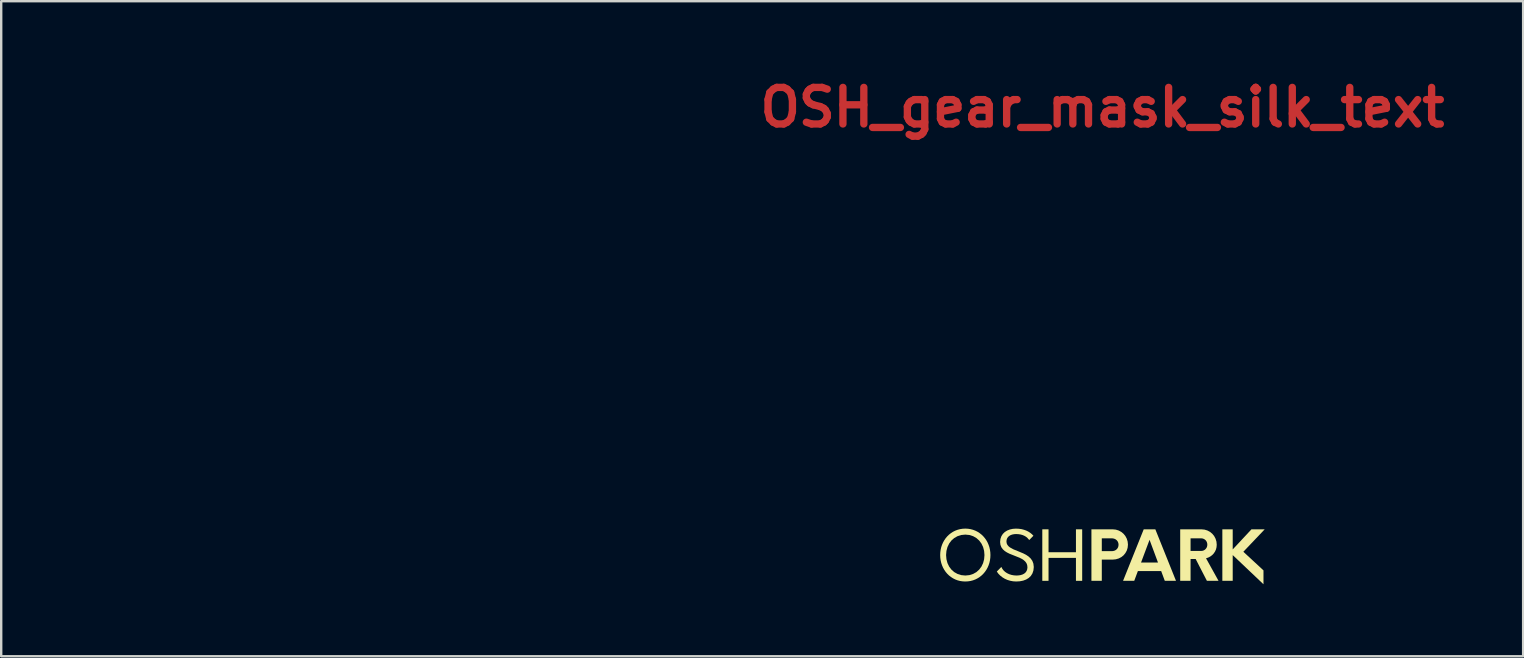
<source format=kicad_pcb>
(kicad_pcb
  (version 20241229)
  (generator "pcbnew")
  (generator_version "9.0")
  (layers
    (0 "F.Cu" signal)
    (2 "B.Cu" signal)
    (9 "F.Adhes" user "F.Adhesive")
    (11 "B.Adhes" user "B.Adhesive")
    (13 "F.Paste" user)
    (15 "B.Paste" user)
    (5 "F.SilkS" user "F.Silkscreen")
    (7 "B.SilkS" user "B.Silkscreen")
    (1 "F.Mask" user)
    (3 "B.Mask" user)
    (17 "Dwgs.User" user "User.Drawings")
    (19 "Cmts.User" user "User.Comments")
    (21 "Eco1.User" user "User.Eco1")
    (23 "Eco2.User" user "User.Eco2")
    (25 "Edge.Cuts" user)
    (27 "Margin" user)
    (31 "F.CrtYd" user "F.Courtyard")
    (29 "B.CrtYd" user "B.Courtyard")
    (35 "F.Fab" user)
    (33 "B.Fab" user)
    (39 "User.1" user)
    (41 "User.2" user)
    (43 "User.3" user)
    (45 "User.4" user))
  (footprint "OSH_gear_mask_silk_text"
    (layer "F.Cu")
    (at 42.885 12.884)
    (property "Reference" "OSH_gear_mask_silk_text" (at 0 -11.458 0) (layer "F.Cu") (effects (font (size 1.524 1.524) (thickness 0.305))))
    (attr smd)
    (fp_poly (pts (xy 0.001 -8.41) (xy 0.00043 -3.623) (xy 0.213 -3.612) (xy 0.42 -3.581) (xy 0.619 -3.53) (xy 0.81 -3.46) (xy 0.992 -3.372) (xy 1.164 -3.268) (xy 1.324 -3.148) (xy 1.472 -3.014) (xy 1.606 -2.866) (xy 1.726 -2.706) (xy 1.83 -2.534) (xy 1.918 -2.352) (xy 1.988 -2.161) (xy 2.039 -1.962) (xy 2.07 -1.755) (xy 2.081 -1.542) (xy 2.07 -1.329) (xy 2.039 -1.123) (xy 1.988 -0.923) (xy 1.918 -0.732) (xy 1.83 -0.55) (xy 1.726 -0.378) (xy 1.606 -0.218) (xy 1.472 -0.07) (xy 1.324 0.064) (xy 1.164 0.184) (xy 0.992 0.288) (xy 0.81 0.376) (xy 0.619 0.446) (xy 0.42 0.497) (xy 0.213 0.529) (xy 0.00043 0.539) (xy -0.212 0.529) (xy -0.419 0.497) (xy -0.618 0.446) (xy -0.81 0.376) (xy -0.991 0.288) (xy -1.163 0.184) (xy -1.323 0.064) (xy -1.471 -0.07) (xy -1.605 -0.218) (xy -1.725 -0.378) (xy -1.829 -0.55) (xy -1.917 -0.732) (xy -1.987 -0.923) (xy -2.038 -1.123) (xy -2.07 -1.329) (xy -2.08 -1.542) (xy -2.07 -1.755) (xy -2.038 -1.962) (xy -1.987 -2.161) (xy -1.917 -2.352) (xy -1.829 -2.534) (xy -1.725 -2.706) (xy -1.605 -2.866) (xy -1.471 -3.014) (xy -1.323 -3.148) (xy -1.163 -3.268) (xy -0.991 -3.372) (xy -0.81 -3.46) (xy -0.618 -3.53) (xy -0.419 -3.581) (xy -0.212 -3.612) (xy 0.00043 -3.623) (xy 0.001 -8.41) (xy -0.141 -8.394) (xy -0.267 -8.349) (xy -0.378 -8.28) (xy -0.474 -8.188) (xy -0.556 -8.079) (xy -0.625 -7.956) (xy -0.682 -7.822) (xy -0.728 -7.682) (xy -1.049 -6.463) (xy -1.303 -6.403) (xy -1.553 -6.331) (xy -2.438 -7.224) (xy -2.554 -7.326) (xy -2.673 -7.414) (xy -2.795 -7.487) (xy -2.92 -7.54) (xy -3.046 -7.57) (xy -3.174 -7.574) (xy -3.303 -7.548) (xy -3.434 -7.49) (xy -3.549 -7.405) (xy -3.636 -7.303) (xy -3.697 -7.188) (xy -3.734 -7.061) (xy -3.751 -6.925) (xy -3.749 -6.784) (xy -3.731 -6.639) (xy -3.7 -6.495) (xy -3.369 -5.282) (xy -3.559 -5.102) (xy -3.739 -4.913) (xy -4.952 -5.243) (xy -5.103 -5.273) (xy -5.251 -5.291) (xy -5.393 -5.293) (xy -5.527 -5.277) (xy -5.651 -5.239) (xy -5.764 -5.179) (xy -5.863 -5.092) (xy -5.947 -4.977) (xy -6.005 -4.845) (xy -6.029 -4.714) (xy -6.024 -4.583) (xy -5.993 -4.454) (xy -5.939 -4.329) (xy -5.867 -4.207) (xy -5.78 -4.091) (xy -5.68 -3.981) (xy -4.788 -3.097) (xy -4.862 -2.847) (xy -4.924 -2.591) (xy -6.139 -2.271) (xy -6.286 -2.222) (xy -6.422 -2.163) (xy -6.546 -2.094) (xy -6.654 -2.013) (xy -6.743 -1.918) (xy -6.81 -1.809) (xy -6.852 -1.685) (xy -6.867 -1.543) (xy -6.852 -1.401) (xy -6.807 -1.275) (xy -6.737 -1.164) (xy -6.646 -1.068) (xy -6.537 -0.986) (xy -6.413 -0.917) (xy -6.28 -0.86) (xy -6.139 -0.814) (xy -4.924 -0.494) (xy -4.862 -0.239) (xy -4.788 0.011) (xy -5.68 0.896) (xy -5.783 1.012) (xy -5.872 1.131) (xy -5.944 1.253) (xy -5.997 1.377) (xy -6.027 1.503) (xy -6.031 1.631) (xy -6.006 1.761) (xy -5.947 1.891) (xy -5.863 2.007) (xy -5.761 2.093) (xy -5.645 2.154) (xy -5.518 2.192) (xy -5.382 2.208) (xy -5.241 2.206) (xy -5.096 2.188) (xy -4.952 2.158) (xy -3.739 1.826) (xy -3.559 2.016) (xy -3.369 2.196) (xy -3.7 3.409) (xy -3.731 3.561) (xy -3.749 3.708) (xy -3.751 3.85) (xy -3.734 3.984) (xy -3.697 4.109) (xy -3.636 4.221) (xy -3.55 4.32) (xy -3.434 4.404) (xy -3.303 4.462) (xy -3.171 4.486) (xy -3.041 4.481) (xy -2.912 4.45) (xy -2.786 4.397) (xy -2.665 4.324) (xy -2.549 4.237) (xy -2.439 4.138) (xy -1.554 3.245) (xy -1.304 3.319) (xy -1.049 3.381) (xy -0.729 4.596) (xy -0.679 4.742) (xy -0.621 4.879) (xy -0.551 5.002) (xy -0.47 5.11) (xy -0.376 5.199) (xy -0.267 5.266) (xy -0.142 5.309) (xy 0.0001 5.324) (xy 0.142 5.308) (xy 0.268 5.263) (xy 0.379 5.194) (xy 0.474 5.103) (xy 0.557 4.993) (xy 0.626 4.87) (xy 0.683 4.737) (xy 0.728 4.596) (xy 1.048 3.381) (xy 1.303 3.319) (xy 1.554 3.245) (xy 2.439 4.138) (xy 2.554 4.24) (xy 2.673 4.329) (xy 2.795 4.402) (xy 2.92 4.455) (xy 3.046 4.485) (xy 3.174 4.489) (xy 3.303 4.463) (xy 3.434 4.405) (xy 3.549 4.32) (xy 3.636 4.218) (xy 3.697 4.103) (xy 3.734 3.976) (xy 3.751 3.84) (xy 3.749 3.699) (xy 3.731 3.554) (xy 3.701 3.41) (xy 3.369 2.197) (xy 3.559 2.016) (xy 3.738 1.827) (xy 4.952 2.158) (xy 5.103 2.189) (xy 5.251 2.206) (xy 5.393 2.208) (xy 5.527 2.191) (xy 5.651 2.154) (xy 5.764 2.093) (xy 5.863 2.007) (xy 5.947 1.891) (xy 6.005 1.76) (xy 6.029 1.628) (xy 6.024 1.498) (xy 5.993 1.369) (xy 5.939 1.244) (xy 5.867 1.122) (xy 5.779 1.006) (xy 5.68 0.896) (xy 4.788 0.011) (xy 4.862 -0.239) (xy 4.923 -0.494) (xy 6.139 -0.814) (xy 6.285 -0.863) (xy 6.422 -0.922) (xy 6.546 -0.991) (xy 6.653 -1.073) (xy 6.743 -1.167) (xy 6.81 -1.276) (xy 6.852 -1.401) (xy 6.867 -1.543) (xy 6.852 -1.685) (xy 6.808 -1.81) (xy 6.738 -1.921) (xy 6.647 -2.017) (xy 6.538 -2.099) (xy 6.415 -2.168) (xy 6.281 -2.225) (xy 6.14 -2.27) (xy 4.925 -2.59) (xy 4.864 -2.846) (xy 4.789 -3.096) (xy 5.682 -3.981) (xy 5.784 -4.097) (xy 5.873 -4.216) (xy 5.945 -4.337) (xy 5.998 -4.462) (xy 6.028 -4.588) (xy 6.032 -4.716) (xy 6.007 -4.846) (xy 5.948 -4.976) (xy 5.864 -5.091) (xy 5.762 -5.178) (xy 5.646 -5.239) (xy 5.519 -5.276) (xy 5.384 -5.293) (xy 5.242 -5.291) (xy 5.098 -5.273) (xy 4.953 -5.242) (xy 3.74 -4.912) (xy 3.56 -5.101) (xy 3.371 -5.281) (xy 3.702 -6.494) (xy 3.733 -6.645) (xy 3.75 -6.793) (xy 3.752 -6.935) (xy 3.736 -7.069) (xy 3.698 -7.193) (xy 3.638 -7.306) (xy 3.551 -7.406) (xy 3.435 -7.49) (xy 3.304 -7.547) (xy 3.173 -7.571) (xy 3.042 -7.566) (xy 2.913 -7.535) (xy 2.788 -7.481) (xy 2.666 -7.409) (xy 2.55 -7.322) (xy 2.44 -7.223) (xy 1.555 -6.33) (xy 1.306 -6.403) (xy 1.051 -6.462) (xy 0.73 -7.681) (xy 0.681 -7.828) (xy 0.622 -7.965) (xy 0.552 -8.088) (xy 0.471 -8.196) (xy 0.377 -8.285) (xy 0.268 -8.353) (xy 0.143 -8.395) (xy 0.001 -8.41) (xy 0.001 -8.41)) (stroke (width 0.074) (type solid)) (fill yes) (layer "F.Mask"))
    (fp_poly (pts (xy 6.761 6.121) (xy 6.209 6.121) (xy 5.428 6.959) (xy 5.428 6.121) (xy 4.996 6.121) (xy 4.996 8.267) (xy 5.428 8.267) (xy 5.428 7.194) (xy 6.71 8.41) (xy 6.71 7.832) (xy 5.871 7.056) (xy 6.761 6.121)) (stroke (width 0) (type solid)) (fill yes) (layer "F.SilkS"))
    (fp_poly (pts (xy -1.104 6.121) (xy -1.104 7.076) (xy -2.246 7.076) (xy -2.246 6.121) (xy -2.506 6.121) (xy -2.506 8.267) (xy -2.246 8.267) (xy -2.246 7.311) (xy -1.104 7.311) (xy -1.104 8.267) (xy -0.844 8.267) (xy -0.844 6.121) (xy -1.104 6.121)) (stroke (width 0) (type solid)) (fill yes) (layer "F.SilkS"))
    (fp_poly (pts (xy 2.598 8.267) (xy 1.963 6.558) (xy 2.315 7.506) (xy 1.608 7.506) (xy 1.963 6.558) (xy 2.598 8.267) (xy 3.065 8.267) (xy 2.204 6.121) (xy 1.72 6.121) (xy 0.859 8.267) (xy 1.325 8.267) (xy 1.477 7.86) (xy 2.447 7.86) (xy 2.598 8.267)) (stroke (width 0) (type solid)) (fill yes) (layer "F.SilkS"))
    (fp_poly (pts (xy 0.428 6.121) (xy -0.027 6.496) (xy 0.388 6.496) (xy 0.445 6.501) (xy 0.499 6.515) (xy 0.547 6.538) (xy 0.589 6.57) (xy 0.623 6.608) (xy 0.649 6.654) (xy 0.665 6.705) (xy 0.671 6.762) (xy 0.665 6.82) (xy 0.649 6.873) (xy 0.623 6.919) (xy 0.589 6.957) (xy 0.547 6.989) (xy 0.499 7.012) (xy 0.445 7.026) (xy 0.388 7.031) (xy 0.388 7.031) (xy -0.027 7.031) (xy -0.027 6.496) (xy 0.428 6.121) (xy -0.459 6.121) (xy -0.459 8.267) (xy -0.027 8.267) (xy -0.027 7.383) (xy 0.428 7.383) (xy 0.558 7.37) (xy 0.678 7.335) (xy 0.786 7.279) (xy 0.88 7.204) (xy 0.956 7.112) (xy 1.014 7.006) (xy 1.05 6.888) (xy 1.063 6.759) (xy 1.05 6.63) (xy 1.014 6.511) (xy 0.956 6.402) (xy 0.88 6.308) (xy 0.786 6.23) (xy 0.678 6.171) (xy 0.558 6.134) (xy 0.428 6.121) (xy 0.428 6.121)) (stroke (width 0) (type solid)) (fill yes) (layer "F.SilkS"))
    (fp_poly (pts (xy 4.317 7.328) (xy 4.11 7.022) (xy 3.672 7.022) (xy 3.672 6.496) (xy 4.11 6.496) (xy 4.163 6.501) (xy 4.212 6.516) (xy 4.257 6.54) (xy 4.295 6.571) (xy 4.327 6.61) (xy 4.35 6.655) (xy 4.365 6.705) (xy 4.37 6.759) (xy 4.365 6.813) (xy 4.351 6.863) (xy 4.327 6.907) (xy 4.296 6.946) (xy 4.258 6.978) (xy 4.214 7.002) (xy 4.164 7.017) (xy 4.11 7.022) (xy 4.11 7.022) (xy 4.317 7.328) (xy 4.41 7.297) (xy 4.496 7.252) (xy 4.572 7.195) (xy 4.637 7.127) (xy 4.69 7.048) (xy 4.73 6.961) (xy 4.754 6.865) (xy 4.762 6.762) (xy 4.75 6.632) (xy 4.713 6.511) (xy 4.655 6.402) (xy 4.578 6.307) (xy 4.484 6.229) (xy 4.376 6.171) (xy 4.256 6.134) (xy 4.127 6.121) (xy 3.24 6.121) (xy 3.24 8.267) (xy 3.672 8.267) (xy 3.672 7.357) (xy 3.884 7.357) (xy 4.353 8.267) (xy 4.837 8.267) (xy 4.316 7.328) (xy 4.317 7.328)) (stroke (width 0) (type solid)) (fill yes) (layer "F.SilkS"))
    (fp_poly (pts (xy -3.591 8.295) (xy -3.442 8.286) (xy -3.304 8.259) (xy -3.18 8.213) (xy -3.072 8.148) (xy -2.984 8.064) (xy -2.918 7.96) (xy -2.876 7.836) (xy -2.861 7.692) (xy -2.877 7.552) (xy -2.921 7.435) (xy -2.99 7.337) (xy -3.078 7.254) (xy -3.18 7.185) (xy -3.292 7.127) (xy -3.528 7.028) (xy -3.707 6.956) (xy -3.857 6.873) (xy -3.916 6.824) (xy -3.961 6.768) (xy -3.99 6.704) (xy -4 6.63) (xy -3.992 6.555) (xy -3.968 6.491) (xy -3.93 6.437) (xy -3.88 6.394) (xy -3.82 6.36) (xy -3.752 6.337) (xy -3.677 6.323) (xy -3.597 6.318) (xy -3.501 6.323) (xy -3.413 6.336) (xy -3.333 6.358) (xy -3.26 6.388) (xy -3.196 6.424) (xy -3.139 6.466) (xy -3.05 6.567) (xy -2.876 6.389) (xy -2.935 6.327) (xy -3.003 6.271) (xy -3.081 6.22) (xy -3.169 6.176) (xy -3.265 6.141) (xy -3.369 6.114) (xy -3.482 6.098) (xy -3.603 6.092) (xy -3.735 6.101) (xy -3.858 6.128) (xy -3.97 6.172) (xy -4.069 6.234) (xy -4.15 6.313) (xy -4.211 6.409) (xy -4.25 6.521) (xy -4.264 6.649) (xy -4.25 6.769) (xy -4.21 6.87) (xy -4.149 6.954) (xy -4.071 7.025) (xy -3.978 7.085) (xy -3.875 7.137) (xy -3.654 7.225) (xy -3.457 7.304) (xy -3.367 7.349) (xy -3.287 7.4) (xy -3.22 7.459) (xy -3.168 7.528) (xy -3.136 7.609) (xy -3.125 7.705) (xy -3.135 7.789) (xy -3.162 7.86) (xy -3.204 7.919) (xy -3.259 7.966) (xy -3.327 8.002) (xy -3.404 8.027) (xy -3.49 8.041) (xy -3.583 8.046) (xy -3.691 8.039) (xy -3.793 8.02) (xy -3.889 7.989) (xy -3.976 7.947) (xy -4.053 7.896) (xy -4.119 7.835) (xy -4.172 7.765) (xy -4.212 7.688) (xy -4.401 7.88) (xy -4.338 7.968) (xy -4.261 8.047) (xy -4.172 8.118) (xy -4.072 8.179) (xy -3.963 8.228) (xy -3.845 8.264) (xy -3.721 8.287) (xy -3.591 8.295) (xy -3.591 8.295)) (stroke (width 0) (type solid)) (fill yes) (layer "F.SilkS"))
    (fp_poly (pts (xy -5.714 8.295) (xy -5.714 8.046) (xy -5.885 8.029) (xy -6.039 7.98) (xy -6.176 7.903) (xy -6.293 7.799) (xy -6.387 7.674) (xy -6.457 7.529) (xy -6.5 7.368) (xy -6.515 7.194) (xy -6.5 7.02) (xy -6.457 6.859) (xy -6.387 6.714) (xy -6.293 6.588) (xy -6.176 6.485) (xy -6.039 6.407) (xy -5.885 6.358) (xy -5.714 6.341) (xy -5.542 6.358) (xy -5.388 6.407) (xy -5.251 6.485) (xy -5.136 6.588) (xy -5.042 6.714) (xy -4.973 6.859) (xy -4.93 7.02) (xy -4.916 7.194) (xy -4.93 7.368) (xy -4.973 7.529) (xy -5.042 7.674) (xy -5.136 7.799) (xy -5.251 7.903) (xy -5.388 7.98) (xy -5.542 8.029) (xy -5.714 8.046) (xy -5.714 8.295) (xy -5.602 8.289) (xy -5.495 8.273) (xy -5.392 8.246) (xy -5.294 8.209) (xy -5.202 8.162) (xy -5.116 8.107) (xy -5.036 8.044) (xy -4.963 7.973) (xy -4.897 7.895) (xy -4.838 7.81) (xy -4.787 7.719) (xy -4.745 7.623) (xy -4.711 7.521) (xy -4.687 7.416) (xy -4.672 7.306) (xy -4.667 7.193) (xy -4.672 7.081) (xy -4.687 6.971) (xy -4.711 6.865) (xy -4.745 6.764) (xy -4.787 6.668) (xy -4.838 6.577) (xy -4.897 6.492) (xy -4.963 6.414) (xy -5.036 6.343) (xy -5.116 6.28) (xy -5.202 6.224) (xy -5.294 6.178) (xy -5.392 6.141) (xy -5.495 6.114) (xy -5.602 6.097) (xy -5.714 6.091) (xy -5.826 6.097) (xy -5.934 6.114) (xy -6.037 6.141) (xy -6.135 6.178) (xy -6.227 6.224) (xy -6.313 6.28) (xy -6.393 6.343) (xy -6.466 6.414) (xy -6.532 6.492) (xy -6.59 6.577) (xy -6.641 6.668) (xy -6.683 6.764) (xy -6.717 6.865) (xy -6.741 6.971) (xy -6.756 7.081) (xy -6.761 7.193) (xy -6.756 7.306) (xy -6.741 7.416) (xy -6.717 7.521) (xy -6.683 7.623) (xy -6.641 7.719) (xy -6.59 7.81) (xy -6.532 7.895) (xy -6.466 7.973) (xy -6.393 8.044) (xy -6.313 8.107) (xy -6.227 8.162) (xy -6.135 8.209) (xy -6.037 8.246) (xy -5.934 8.273) (xy -5.826 8.289) (xy -5.714 8.295)) (stroke (width 0) (type solid)) (fill yes) (layer "F.SilkS")))
  (footprint "osh-park-text-mask"
    (layer "F.Cu")
    (at 12.678 12.884)
    (property "Reference" "osh-park-text-mask" (at 0 -11.458 180) (layer "F.Mask") (effects (font (size 1.524 1.524) (thickness 0.305))))
    (attr smd)
    (fp_poly (pts (xy 6.761 6.121) (xy 6.209 6.121) (xy 5.428 6.959) (xy 5.428 6.121) (xy 4.996 6.121) (xy 4.996 8.267) (xy 5.428 8.267) (xy 5.428 7.194) (xy 6.71 8.41) (xy 6.71 7.832) (xy 5.871 7.056) (xy 6.761 6.121)) (stroke (width 0) (type solid)) (fill yes) (layer "B.Mask"))
    (fp_poly (pts (xy -1.104 6.121) (xy -1.104 7.076) (xy -2.246 7.076) (xy -2.246 6.121) (xy -2.506 6.121) (xy -2.506 8.267) (xy -2.246 8.267) (xy -2.246 7.311) (xy -1.104 7.311) (xy -1.104 8.267) (xy -0.844 8.267) (xy -0.844 6.121) (xy -1.104 6.121)) (stroke (width 0) (type solid)) (fill yes) (layer "B.Mask"))
    (fp_poly (pts (xy 2.598 8.267) (xy 1.963 6.558) (xy 2.315 7.506) (xy 1.608 7.506) (xy 1.963 6.558) (xy 2.598 8.267) (xy 3.065 8.267) (xy 2.204 6.121) (xy 1.72 6.121) (xy 0.859 8.267) (xy 1.325 8.267) (xy 1.477 7.86) (xy 2.447 7.86) (xy 2.598 8.267)) (stroke (width 0) (type solid)) (fill yes) (layer "B.Mask"))
    (fp_poly (pts (xy 0.428 6.121) (xy -0.027 6.496) (xy 0.388 6.496) (xy 0.445 6.501) (xy 0.499 6.515) (xy 0.547 6.538) (xy 0.589 6.57) (xy 0.623 6.608) (xy 0.649 6.654) (xy 0.665 6.705) (xy 0.671 6.762) (xy 0.665 6.82) (xy 0.649 6.873) (xy 0.623 6.919) (xy 0.589 6.957) (xy 0.547 6.989) (xy 0.499 7.012) (xy 0.445 7.026) (xy 0.388 7.031) (xy 0.388 7.031) (xy -0.027 7.031) (xy -0.027 6.496) (xy 0.428 6.121) (xy -0.459 6.121) (xy -0.459 8.267) (xy -0.027 8.267) (xy -0.027 7.383) (xy 0.428 7.383) (xy 0.558 7.37) (xy 0.678 7.335) (xy 0.786 7.279) (xy 0.88 7.204) (xy 0.956 7.112) (xy 1.014 7.006) (xy 1.05 6.888) (xy 1.063 6.759) (xy 1.05 6.63) (xy 1.014 6.511) (xy 0.956 6.402) (xy 0.88 6.308) (xy 0.786 6.23) (xy 0.678 6.171) (xy 0.558 6.134) (xy 0.428 6.121) (xy 0.428 6.121)) (stroke (width 0) (type solid)) (fill yes) (layer "B.Mask"))
    (fp_poly (pts (xy 4.317 7.328) (xy 4.11 7.022) (xy 3.672 7.022) (xy 3.672 6.496) (xy 4.11 6.496) (xy 4.163 6.501) (xy 4.212 6.516) (xy 4.257 6.54) (xy 4.295 6.571) (xy 4.327 6.61) (xy 4.35 6.655) (xy 4.365 6.705) (xy 4.37 6.759) (xy 4.365 6.813) (xy 4.351 6.863) (xy 4.327 6.907) (xy 4.296 6.946) (xy 4.258 6.978) (xy 4.214 7.002) (xy 4.164 7.017) (xy 4.11 7.022) (xy 4.11 7.022) (xy 4.317 7.328) (xy 4.41 7.297) (xy 4.496 7.252) (xy 4.572 7.195) (xy 4.637 7.127) (xy 4.69 7.048) (xy 4.73 6.961) (xy 4.754 6.865) (xy 4.762 6.762) (xy 4.75 6.632) (xy 4.713 6.511) (xy 4.655 6.402) (xy 4.578 6.307) (xy 4.484 6.229) (xy 4.376 6.171) (xy 4.256 6.134) (xy 4.127 6.121) (xy 3.24 6.121) (xy 3.24 8.267) (xy 3.672 8.267) (xy 3.672 7.357) (xy 3.884 7.357) (xy 4.353 8.267) (xy 4.837 8.267) (xy 4.316 7.328) (xy 4.317 7.328)) (stroke (width 0) (type solid)) (fill yes) (layer "B.Mask"))
    (fp_poly (pts (xy -3.591 8.295) (xy -3.442 8.286) (xy -3.304 8.259) (xy -3.18 8.213) (xy -3.072 8.148) (xy -2.984 8.064) (xy -2.918 7.96) (xy -2.876 7.836) (xy -2.861 7.692) (xy -2.877 7.552) (xy -2.921 7.435) (xy -2.99 7.337) (xy -3.078 7.254) (xy -3.18 7.185) (xy -3.292 7.127) (xy -3.528 7.028) (xy -3.707 6.956) (xy -3.857 6.873) (xy -3.916 6.824) (xy -3.961 6.768) (xy -3.99 6.704) (xy -4 6.63) (xy -3.992 6.555) (xy -3.968 6.491) (xy -3.93 6.437) (xy -3.88 6.394) (xy -3.82 6.36) (xy -3.752 6.337) (xy -3.677 6.323) (xy -3.597 6.318) (xy -3.501 6.323) (xy -3.413 6.336) (xy -3.333 6.358) (xy -3.26 6.388) (xy -3.196 6.424) (xy -3.139 6.466) (xy -3.05 6.567) (xy -2.876 6.389) (xy -2.935 6.327) (xy -3.003 6.271) (xy -3.081 6.22) (xy -3.169 6.176) (xy -3.265 6.141) (xy -3.369 6.114) (xy -3.482 6.098) (xy -3.603 6.092) (xy -3.735 6.101) (xy -3.858 6.128) (xy -3.97 6.172) (xy -4.069 6.234) (xy -4.15 6.313) (xy -4.211 6.409) (xy -4.25 6.521) (xy -4.264 6.649) (xy -4.25 6.769) (xy -4.21 6.87) (xy -4.149 6.954) (xy -4.071 7.025) (xy -3.978 7.085) (xy -3.875 7.137) (xy -3.654 7.225) (xy -3.457 7.304) (xy -3.367 7.349) (xy -3.287 7.4) (xy -3.22 7.459) (xy -3.168 7.528) (xy -3.136 7.609) (xy -3.125 7.705) (xy -3.135 7.789) (xy -3.162 7.86) (xy -3.204 7.919) (xy -3.259 7.966) (xy -3.327 8.002) (xy -3.404 8.027) (xy -3.49 8.041) (xy -3.583 8.046) (xy -3.691 8.039) (xy -3.793 8.02) (xy -3.889 7.989) (xy -3.976 7.947) (xy -4.053 7.896) (xy -4.119 7.835) (xy -4.172 7.765) (xy -4.212 7.688) (xy -4.401 7.88) (xy -4.338 7.968) (xy -4.261 8.047) (xy -4.172 8.118) (xy -4.072 8.179) (xy -3.963 8.228) (xy -3.845 8.264) (xy -3.721 8.287) (xy -3.591 8.295) (xy -3.591 8.295)) (stroke (width 0) (type solid)) (fill yes) (layer "B.Mask"))
    (fp_poly (pts (xy -5.714 8.295) (xy -5.714 8.046) (xy -5.885 8.029) (xy -6.039 7.98) (xy -6.176 7.903) (xy -6.293 7.799) (xy -6.387 7.674) (xy -6.457 7.529) (xy -6.5 7.368) (xy -6.515 7.194) (xy -6.5 7.02) (xy -6.457 6.859) (xy -6.387 6.714) (xy -6.293 6.588) (xy -6.176 6.485) (xy -6.039 6.407) (xy -5.885 6.358) (xy -5.714 6.341) (xy -5.542 6.358) (xy -5.388 6.407) (xy -5.251 6.485) (xy -5.136 6.588) (xy -5.042 6.714) (xy -4.973 6.859) (xy -4.93 7.02) (xy -4.916 7.194) (xy -4.93 7.368) (xy -4.973 7.529) (xy -5.042 7.674) (xy -5.136 7.799) (xy -5.251 7.903) (xy -5.388 7.98) (xy -5.542 8.029) (xy -5.714 8.046) (xy -5.714 8.295) (xy -5.602 8.289) (xy -5.495 8.273) (xy -5.392 8.246) (xy -5.294 8.209) (xy -5.202 8.162) (xy -5.116 8.107) (xy -5.036 8.044) (xy -4.963 7.973) (xy -4.897 7.895) (xy -4.838 7.81) (xy -4.787 7.719) (xy -4.745 7.623) (xy -4.711 7.521) (xy -4.687 7.416) (xy -4.672 7.306) (xy -4.667 7.193) (xy -4.672 7.081) (xy -4.687 6.971) (xy -4.711 6.865) (xy -4.745 6.764) (xy -4.787 6.668) (xy -4.838 6.577) (xy -4.897 6.492) (xy -4.963 6.414) (xy -5.036 6.343) (xy -5.116 6.28) (xy -5.202 6.224) (xy -5.294 6.178) (xy -5.392 6.141) (xy -5.495 6.114) (xy -5.602 6.097) (xy -5.714 6.091) (xy -5.826 6.097) (xy -5.934 6.114) (xy -6.037 6.141) (xy -6.135 6.178) (xy -6.227 6.224) (xy -6.313 6.28) (xy -6.393 6.343) (xy -6.466 6.414) (xy -6.532 6.492) (xy -6.59 6.577) (xy -6.641 6.668) (xy -6.683 6.764) (xy -6.717 6.865) (xy -6.741 6.971) (xy -6.756 7.081) (xy -6.761 7.193) (xy -6.756 7.306) (xy -6.741 7.416) (xy -6.717 7.521) (xy -6.683 7.623) (xy -6.641 7.719) (xy -6.59 7.81) (xy -6.532 7.895) (xy -6.466 7.973) (xy -6.393 8.044) (xy -6.313 8.107) (xy -6.227 8.162) (xy -6.135 8.209) (xy -6.037 8.246) (xy -5.934 8.273) (xy -5.826 8.289) (xy -5.714 8.295)) (stroke (width 0) (type solid)) (fill yes) (layer "B.Mask")))
  (gr_rect
    (start -3 -3)
    (end 60.414 24.294)
    (stroke (width 0.1) (type default))
    (fill no)
    (layer "Edge.Cuts")))
</source>
